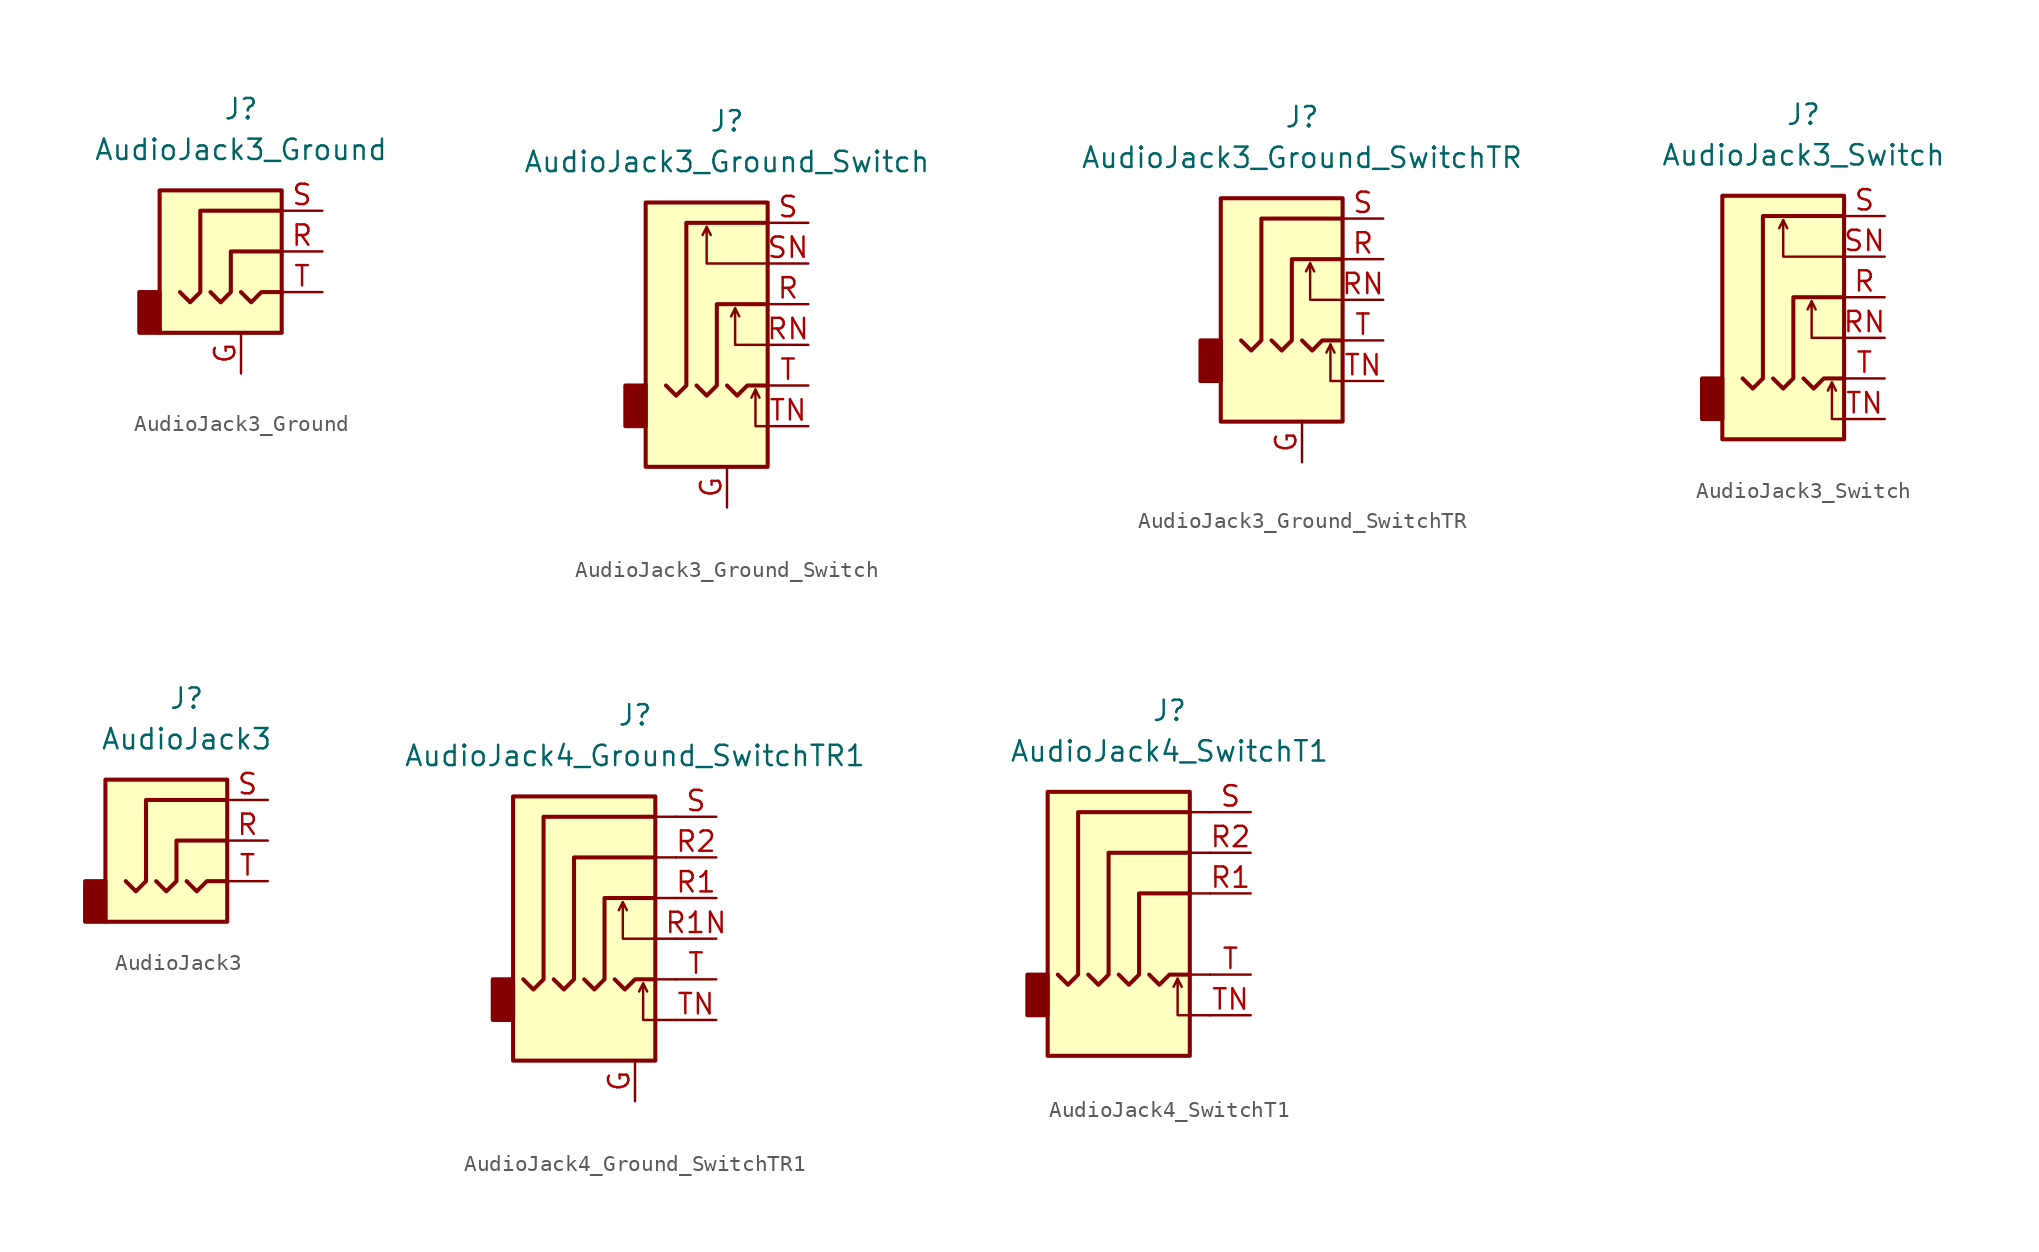
<source format=kicad_sym>
(kicad_symbol_lib
  (version 20241209)
  (generator "kicad_symbol_editor")
  (generator_version "9.0")
  (symbol "AudioJack3_Ground"
    (property "Reference" "J"
      (at 0 8.89 0)
      (effects (font (size 1.27 1.27))))
    (property "Value" "AudioJack3_Ground"
      (at 0 6.35 0)
      (effects (font (size 1.27 1.27))))
    (symbol "AudioJack3_Ground_0_1"
      (rectangle (start -5.08 -2.54) (end -6.35 -5.08) (stroke (width 0.254) (type default)) (fill (type outline)))
      (polyline (pts (xy -1.905 -2.54) (xy -1.27 -3.175) (xy -0.635 -2.54) (xy -0.635 0) (xy 2.54 0)) (stroke (width 0.254) (type default)) (fill (type none)))
      (polyline (pts (xy 0 -2.54) (xy 0.635 -3.175) (xy 1.27 -2.54) (xy 2.54 -2.54)) (stroke (width 0.254) (type default)) (fill (type none)))
      (rectangle (start 2.54 3.81) (end -5.08 -5.08) (stroke (width 0.254) (type default)) (fill (type background)))
      (polyline (pts (xy 2.54 2.54) (xy -2.54 2.54) (xy -2.54 -2.54) (xy -3.175 -3.175) (xy -3.81 -2.54)) (stroke (width 0.254) (type default)) (fill (type none))))
    (symbol "AudioJack3_Ground_1_1"
      (pin passive line (at 0 -7.62 90) (length 2.54) (name "~" (effects (font (size 1.27 1.27)))) (number "G" (effects (font (size 1.27 1.27)))))
      (pin passive line (at 5.08 2.54 180) (length 2.54) (name "~" (effects (font (size 1.27 1.27)))) (number "S" (effects (font (size 1.27 1.27)))))
      (pin passive line (at 5.08 0 180) (length 2.54) (name "~" (effects (font (size 1.27 1.27)))) (number "R" (effects (font (size 1.27 1.27)))))
      (pin passive line (at 5.08 -2.54 180) (length 2.54) (name "~" (effects (font (size 1.27 1.27)))) (number "T" (effects (font (size 1.27 1.27)))))))
  (symbol "AudioJack3_Ground_Switch"
    (property "Reference" "J"
      (at 0 11.43 0)
      (effects (font (size 1.27 1.27))))
    (property "Value" "AudioJack3_Ground_Switch"
      (at 0 8.89 0)
      (effects (font (size 1.27 1.27))))
    (symbol "AudioJack3_Ground_Switch_0_1"
      (rectangle (start -5.08 -5.08) (end -6.35 -7.62) (stroke (width 0.254) (type default)) (fill (type outline)))
      (rectangle (start 2.54 6.35) (end -5.08 -10.16) (stroke (width 0.254) (type default)) (fill (type background))))
    (symbol "AudioJack3_Ground_Switch_1_1"
      (polyline (pts (xy -1.905 -5.08) (xy -1.27 -5.715) (xy -0.635 -5.08) (xy -0.635 0) (xy 2.54 0)) (stroke (width 0.254) (type default)) (fill (type none)))
      (polyline (pts (xy -1.27 4.826) (xy -1.016 4.318)) (stroke (width 0) (type default)) (fill (type none)))
      (polyline (pts (xy 0 -5.08) (xy 0.635 -5.715) (xy 1.27 -5.08) (xy 2.54 -5.08)) (stroke (width 0.254) (type default)) (fill (type none)))
      (polyline (pts (xy 0.508 -0.254) (xy 0.762 -0.762)) (stroke (width 0) (type default)) (fill (type none)))
      (polyline (pts (xy 1.778 -5.334) (xy 2.032 -5.842)) (stroke (width 0) (type default)) (fill (type none)))
      (polyline (pts (xy 2.54 5.08) (xy -2.54 5.08) (xy -2.54 -5.08) (xy -3.175 -5.715) (xy -3.81 -5.08)) (stroke (width 0.254) (type default)) (fill (type none)))
      (polyline (pts (xy 2.54 2.54) (xy -1.27 2.54) (xy -1.27 4.826) (xy -1.524 4.318)) (stroke (width 0) (type default)) (fill (type none)))
      (polyline (pts (xy 2.54 -2.54) (xy 0.508 -2.54) (xy 0.508 -0.254) (xy 0.254 -0.762)) (stroke (width 0) (type default)) (fill (type none)))
      (polyline (pts (xy 2.54 -7.62) (xy 1.778 -7.62) (xy 1.778 -5.334) (xy 1.524 -5.842)) (stroke (width 0) (type default)) (fill (type none)))
      (pin passive line (at 0 -12.7 90) (length 2.54) (name "~" (effects (font (size 1.27 1.27)))) (number "G" (effects (font (size 1.27 1.27)))))
      (pin passive line (at 5.08 5.08 180) (length 2.54) (name "~" (effects (font (size 1.27 1.27)))) (number "S" (effects (font (size 1.27 1.27)))))
      (pin passive line (at 5.08 2.54 180) (length 2.54) (name "~" (effects (font (size 1.27 1.27)))) (number "SN" (effects (font (size 1.27 1.27)))))
      (pin passive line (at 5.08 0 180) (length 2.54) (name "~" (effects (font (size 1.27 1.27)))) (number "R" (effects (font (size 1.27 1.27)))))
      (pin passive line (at 5.08 -2.54 180) (length 2.54) (name "~" (effects (font (size 1.27 1.27)))) (number "RN" (effects (font (size 1.27 1.27)))))
      (pin passive line (at 5.08 -5.08 180) (length 2.54) (name "~" (effects (font (size 1.27 1.27)))) (number "T" (effects (font (size 1.27 1.27)))))
      (pin passive line (at 5.08 -7.62 180) (length 2.54) (name "~" (effects (font (size 1.27 1.27)))) (number "TN" (effects (font (size 1.27 1.27)))))))
  (symbol "AudioJack3_Ground_SwitchTR"
    (property "Reference" "J"
      (at 0 8.89 0)
      (effects (font (size 1.27 1.27))))
    (property "Value" "AudioJack3_Ground_SwitchTR"
      (at 0 6.35 0)
      (effects (font (size 1.27 1.27))))
    (symbol "AudioJack3_Ground_SwitchTR_0_1"
      (rectangle (start -5.08 -5.08) (end -6.35 -7.62) (stroke (width 0.254) (type default)) (fill (type outline)))
      (polyline (pts (xy -1.905 -5.08) (xy -1.27 -5.715) (xy -0.635 -5.08) (xy -0.635 0) (xy 2.54 0)) (stroke (width 0.254) (type default)) (fill (type none)))
      (polyline (pts (xy 0 -5.08) (xy 0.635 -5.715) (xy 1.27 -5.08) (xy 2.54 -5.08)) (stroke (width 0.254) (type default)) (fill (type none)))
      (polyline (pts (xy 0.508 -0.254) (xy 0.762 -0.762)) (stroke (width 0) (type default)) (fill (type none)))
      (polyline (pts (xy 1.778 -5.334) (xy 2.032 -5.842)) (stroke (width 0) (type default)) (fill (type none)))
      (rectangle (start 2.54 3.81) (end -5.08 -10.16) (stroke (width 0.254) (type default)) (fill (type background)))
      (polyline (pts (xy 2.54 2.54) (xy -2.54 2.54) (xy -2.54 -5.08) (xy -3.175 -5.715) (xy -3.81 -5.08)) (stroke (width 0.254) (type default)) (fill (type none)))
      (polyline (pts (xy 2.54 -2.54) (xy 0.508 -2.54) (xy 0.508 -0.254) (xy 0.254 -0.762)) (stroke (width 0) (type default)) (fill (type none)))
      (polyline (pts (xy 2.54 -7.62) (xy 1.778 -7.62) (xy 1.778 -5.334) (xy 1.524 -5.842)) (stroke (width 0) (type default)) (fill (type none))))
    (symbol "AudioJack3_Ground_SwitchTR_1_1"
      (pin passive line (at 0 -12.7 90) (length 2.54) (name "~" (effects (font (size 1.27 1.27)))) (number "G" (effects (font (size 1.27 1.27)))))
      (pin passive line (at 5.08 2.54 180) (length 2.54) (name "~" (effects (font (size 1.27 1.27)))) (number "S" (effects (font (size 1.27 1.27)))))
      (pin passive line (at 5.08 0 180) (length 2.54) (name "~" (effects (font (size 1.27 1.27)))) (number "R" (effects (font (size 1.27 1.27)))))
      (pin passive line (at 5.08 -2.54 180) (length 2.54) (name "~" (effects (font (size 1.27 1.27)))) (number "RN" (effects (font (size 1.27 1.27)))))
      (pin passive line (at 5.08 -5.08 180) (length 2.54) (name "~" (effects (font (size 1.27 1.27)))) (number "T" (effects (font (size 1.27 1.27)))))
      (pin passive line (at 5.08 -7.62 180) (length 2.54) (name "~" (effects (font (size 1.27 1.27)))) (number "TN" (effects (font (size 1.27 1.27)))))))
  (symbol "AudioJack3_Switch"
    (property "Reference" "J"
      (at 0 11.43 0)
      (effects (font (size 1.27 1.27))))
    (property "Value" "AudioJack3_Switch"
      (at 0 8.89 0)
      (effects (font (size 1.27 1.27))))
    (symbol "AudioJack3_Switch_0_1"
      (rectangle (start -5.08 -5.08) (end -6.35 -7.62) (stroke (width 0.254) (type default)) (fill (type outline)))
      (polyline (pts (xy -1.905 -5.08) (xy -1.27 -5.715) (xy -0.635 -5.08) (xy -0.635 0) (xy 2.54 0)) (stroke (width 0.254) (type default)) (fill (type none)))
      (polyline (pts (xy -1.27 4.826) (xy -1.016 4.318)) (stroke (width 0) (type default)) (fill (type none)))
      (polyline (pts (xy 0 -5.08) (xy 0.635 -5.715) (xy 1.27 -5.08) (xy 2.54 -5.08)) (stroke (width 0.254) (type default)) (fill (type none)))
      (polyline (pts (xy 0.508 -0.254) (xy 0.762 -0.762)) (stroke (width 0) (type default)) (fill (type none)))
      (polyline (pts (xy 1.778 -5.334) (xy 2.032 -5.842)) (stroke (width 0) (type default)) (fill (type none)))
      (rectangle (start 2.54 6.35) (end -5.08 -8.89) (stroke (width 0.254) (type default)) (fill (type background)))
      (polyline (pts (xy 2.54 5.08) (xy -2.54 5.08) (xy -2.54 -5.08) (xy -3.175 -5.715) (xy -3.81 -5.08)) (stroke (width 0.254) (type default)) (fill (type none)))
      (polyline (pts (xy 2.54 2.54) (xy -1.27 2.54) (xy -1.27 4.826) (xy -1.524 4.318)) (stroke (width 0) (type default)) (fill (type none)))
      (polyline (pts (xy 2.54 -2.54) (xy 0.508 -2.54) (xy 0.508 -0.254) (xy 0.254 -0.762)) (stroke (width 0) (type default)) (fill (type none)))
      (polyline (pts (xy 2.54 -7.62) (xy 1.778 -7.62) (xy 1.778 -5.334) (xy 1.524 -5.842)) (stroke (width 0) (type default)) (fill (type none))))
    (symbol "AudioJack3_Switch_1_1"
      (pin passive line (at 5.08 5.08 180) (length 2.54) (name "~" (effects (font (size 1.27 1.27)))) (number "S" (effects (font (size 1.27 1.27)))))
      (pin passive line (at 5.08 2.54 180) (length 2.54) (name "~" (effects (font (size 1.27 1.27)))) (number "SN" (effects (font (size 1.27 1.27)))))
      (pin passive line (at 5.08 0 180) (length 2.54) (name "~" (effects (font (size 1.27 1.27)))) (number "R" (effects (font (size 1.27 1.27)))))
      (pin passive line (at 5.08 -2.54 180) (length 2.54) (name "~" (effects (font (size 1.27 1.27)))) (number "RN" (effects (font (size 1.27 1.27)))))
      (pin passive line (at 5.08 -5.08 180) (length 2.54) (name "~" (effects (font (size 1.27 1.27)))) (number "T" (effects (font (size 1.27 1.27)))))
      (pin passive line (at 5.08 -7.62 180) (length 2.54) (name "~" (effects (font (size 1.27 1.27)))) (number "TN" (effects (font (size 1.27 1.27)))))))
  (symbol "AudioJack3"
    (property "Reference" "J"
      (at 0 8.89 0)
      (effects (font (size 1.27 1.27))))
    (property "Value" "AudioJack3"
      (at 0 6.35 0)
      (effects (font (size 1.27 1.27))))
    (symbol "AudioJack3_0_1"
      (rectangle (start -5.08 -5.08) (end -6.35 -2.54) (stroke (width 0.254) (type default)) (fill (type outline)))
      (polyline (pts (xy -1.905 -2.54) (xy -1.27 -3.175) (xy -0.635 -2.54) (xy -0.635 0) (xy 2.54 0)) (stroke (width 0.254) (type default)) (fill (type none)))
      (polyline (pts (xy 0 -2.54) (xy 0.635 -3.175) (xy 1.27 -2.54) (xy 2.54 -2.54)) (stroke (width 0.254) (type default)) (fill (type none)))
      (rectangle (start 2.54 3.81) (end -5.08 -5.08) (stroke (width 0.254) (type default)) (fill (type background)))
      (polyline (pts (xy 2.54 2.54) (xy -2.54 2.54) (xy -2.54 -2.54) (xy -3.175 -3.175) (xy -3.81 -2.54)) (stroke (width 0.254) (type default)) (fill (type none))))
    (symbol "AudioJack3_1_1"
      (pin passive line (at 5.08 2.54 180) (length 2.54) (name "~" (effects (font (size 1.27 1.27)))) (number "S" (effects (font (size 1.27 1.27)))))
      (pin passive line (at 5.08 0 180) (length 2.54) (name "~" (effects (font (size 1.27 1.27)))) (number "R" (effects (font (size 1.27 1.27)))))
      (pin passive line (at 5.08 -2.54 180) (length 2.54) (name "~" (effects (font (size 1.27 1.27)))) (number "T" (effects (font (size 1.27 1.27)))))))
  (symbol "AudioJack4_Ground_SwitchTR1"
    (property "Reference" "J"
      (at 0 11.43 0)
      (effects (font (size 1.27 1.27))))
    (property "Value" "AudioJack4_Ground_SwitchTR1"
      (at 0 8.89 0)
      (effects (font (size 1.27 1.27))))
    (symbol "AudioJack4_Ground_SwitchTR1_0_1"
      (rectangle (start -7.62 -5.08) (end -8.89 -7.62) (stroke (width 0.254) (type default)) (fill (type outline)))
      (rectangle (start 1.27 6.35) (end -7.62 -10.16) (stroke (width 0.254) (type default)) (fill (type background)))
      (polyline (pts (xy 1.27 2.54) (xy 2.54 2.54)) (stroke (width 0) (type default)) (fill (type none)))
      (polyline (pts (xy 2.54 5.08) (xy 1.27 5.08)) (stroke (width 0) (type default)) (fill (type none)))
      (polyline (pts (xy 2.54 0) (xy 1.27 0)) (stroke (width 0) (type default)) (fill (type none)))
      (polyline (pts (xy 2.54 -5.08) (xy 1.27 -5.08)) (stroke (width 0) (type default)) (fill (type none))))
    (symbol "AudioJack4_Ground_SwitchTR1_1_1"
      (polyline (pts (xy -3.175 -5.08) (xy -2.54 -5.715) (xy -1.905 -5.08) (xy -1.905 0) (xy 1.27 0)) (stroke (width 0.254) (type default)) (fill (type none)))
      (polyline (pts (xy -1.27 -5.08) (xy -0.635 -5.715) (xy 0 -5.08) (xy 1.27 -5.08)) (stroke (width 0.254) (type default)) (fill (type none)))
      (polyline (pts (xy -0.762 -0.254) (xy -0.508 -0.762)) (stroke (width 0) (type default)) (fill (type none)))
      (polyline (pts (xy 0.508 -5.334) (xy 0.762 -5.842)) (stroke (width 0) (type default)) (fill (type none)))
      (polyline (pts (xy 1.27 5.08) (xy -5.715 5.08) (xy -5.715 -5.08) (xy -6.35 -5.715) (xy -6.985 -5.08)) (stroke (width 0.254) (type default)) (fill (type none)))
      (polyline (pts (xy 1.27 2.54) (xy -3.81 2.54) (xy -3.81 -5.08) (xy -4.445 -5.715) (xy -5.08 -5.08)) (stroke (width 0.254) (type default)) (fill (type none)))
      (polyline (pts (xy 2.54 -2.54) (xy -0.762 -2.54) (xy -0.762 -0.254) (xy -1.016 -0.762)) (stroke (width 0) (type default)) (fill (type none)))
      (polyline (pts (xy 2.54 -7.62) (xy 0.508 -7.62) (xy 0.508 -5.334) (xy 0.254 -5.842)) (stroke (width 0) (type default)) (fill (type none)))
      (pin passive line (at 0 -12.7 90) (length 2.54) (name "~" (effects (font (size 1.27 1.27)))) (number "G" (effects (font (size 1.27 1.27)))))
      (pin passive line (at 5.08 5.08 180) (length 2.54) (name "~" (effects (font (size 1.27 1.27)))) (number "S" (effects (font (size 1.27 1.27)))))
      (pin passive line (at 5.08 2.54 180) (length 2.54) (name "~" (effects (font (size 1.27 1.27)))) (number "R2" (effects (font (size 1.27 1.27)))))
      (pin passive line (at 5.08 0 180) (length 2.54) (name "~" (effects (font (size 1.27 1.27)))) (number "R1" (effects (font (size 1.27 1.27)))))
      (pin passive line (at 5.08 -2.54 180) (length 2.54) (name "~" (effects (font (size 1.27 1.27)))) (number "R1N" (effects (font (size 1.27 1.27)))))
      (pin passive line (at 5.08 -5.08 180) (length 2.54) (name "~" (effects (font (size 1.27 1.27)))) (number "T" (effects (font (size 1.27 1.27)))))
      (pin passive line (at 5.08 -7.62 180) (length 2.54) (name "~" (effects (font (size 1.27 1.27)))) (number "TN" (effects (font (size 1.27 1.27)))))))
  (symbol "AudioJack4_SwitchT1"
    (property "Reference" "J"
      (at 0 11.43 0)
      (effects (font (size 1.27 1.27))))
    (property "Value" "AudioJack4_SwitchT1"
      (at 0 8.89 0)
      (effects (font (size 1.27 1.27))))
    (symbol "AudioJack4_SwitchT1_0_1"
      (rectangle (start -7.62 -5.08) (end -8.89 -7.62) (stroke (width 0.254) (type default)) (fill (type outline)))
      (rectangle (start 1.27 6.35) (end -7.62 -10.16) (stroke (width 0.254) (type default)) (fill (type background)))
      (polyline (pts (xy 1.27 2.54) (xy 2.54 2.54)) (stroke (width 0) (type default)) (fill (type none)))
      (polyline (pts (xy 1.27 -5.08) (xy 2.54 -5.08)) (stroke (width 0) (type default)) (fill (type none)))
      (polyline (pts (xy 2.54 5.08) (xy 1.27 5.08)) (stroke (width 0) (type default)) (fill (type none)))
      (polyline (pts (xy 2.54 0) (xy 1.27 0)) (stroke (width 0) (type default)) (fill (type none))))
    (symbol "AudioJack4_SwitchT1_1_1"
      (polyline (pts (xy -3.175 -5.08) (xy -2.54 -5.715) (xy -1.905 -5.08) (xy -1.905 0) (xy 1.27 0)) (stroke (width 0.254) (type default)) (fill (type none)))
      (polyline (pts (xy -1.27 -5.08) (xy -0.635 -5.715) (xy 0 -5.08) (xy 1.27 -5.08)) (stroke (width 0.254) (type default)) (fill (type none)))
      (polyline (pts (xy 0.508 -5.334) (xy 0.762 -5.842)) (stroke (width 0) (type default)) (fill (type none)))
      (polyline (pts (xy 1.27 5.08) (xy -5.715 5.08) (xy -5.715 -5.08) (xy -6.35 -5.715) (xy -6.985 -5.08)) (stroke (width 0.254) (type default)) (fill (type none)))
      (polyline (pts (xy 1.27 2.54) (xy -3.81 2.54) (xy -3.81 -5.08) (xy -4.445 -5.715) (xy -5.08 -5.08)) (stroke (width 0.254) (type default)) (fill (type none)))
      (polyline (pts (xy 2.54 -7.62) (xy 0.508 -7.62) (xy 0.508 -5.334) (xy 0.254 -5.842)) (stroke (width 0) (type default)) (fill (type none)))
      (pin passive line (at 5.08 5.08 180) (length 2.54) (name "~" (effects (font (size 1.27 1.27)))) (number "S" (effects (font (size 1.27 1.27)))))
      (pin passive line (at 5.08 2.54 180) (length 2.54) (name "~" (effects (font (size 1.27 1.27)))) (number "R2" (effects (font (size 1.27 1.27)))))
      (pin passive line (at 5.08 0 180) (length 2.54) (name "~" (effects (font (size 1.27 1.27)))) (number "R1" (effects (font (size 1.27 1.27)))))
      (pin passive line (at 5.08 -5.08 180) (length 2.54) (name "~" (effects (font (size 1.27 1.27)))) (number "T" (effects (font (size 1.27 1.27)))))
      (pin passive line (at 5.08 -7.62 180) (length 2.54) (name "~" (effects (font (size 1.27 1.27)))) (number "TN" (effects (font (size 1.27 1.27))))))))
</source>
